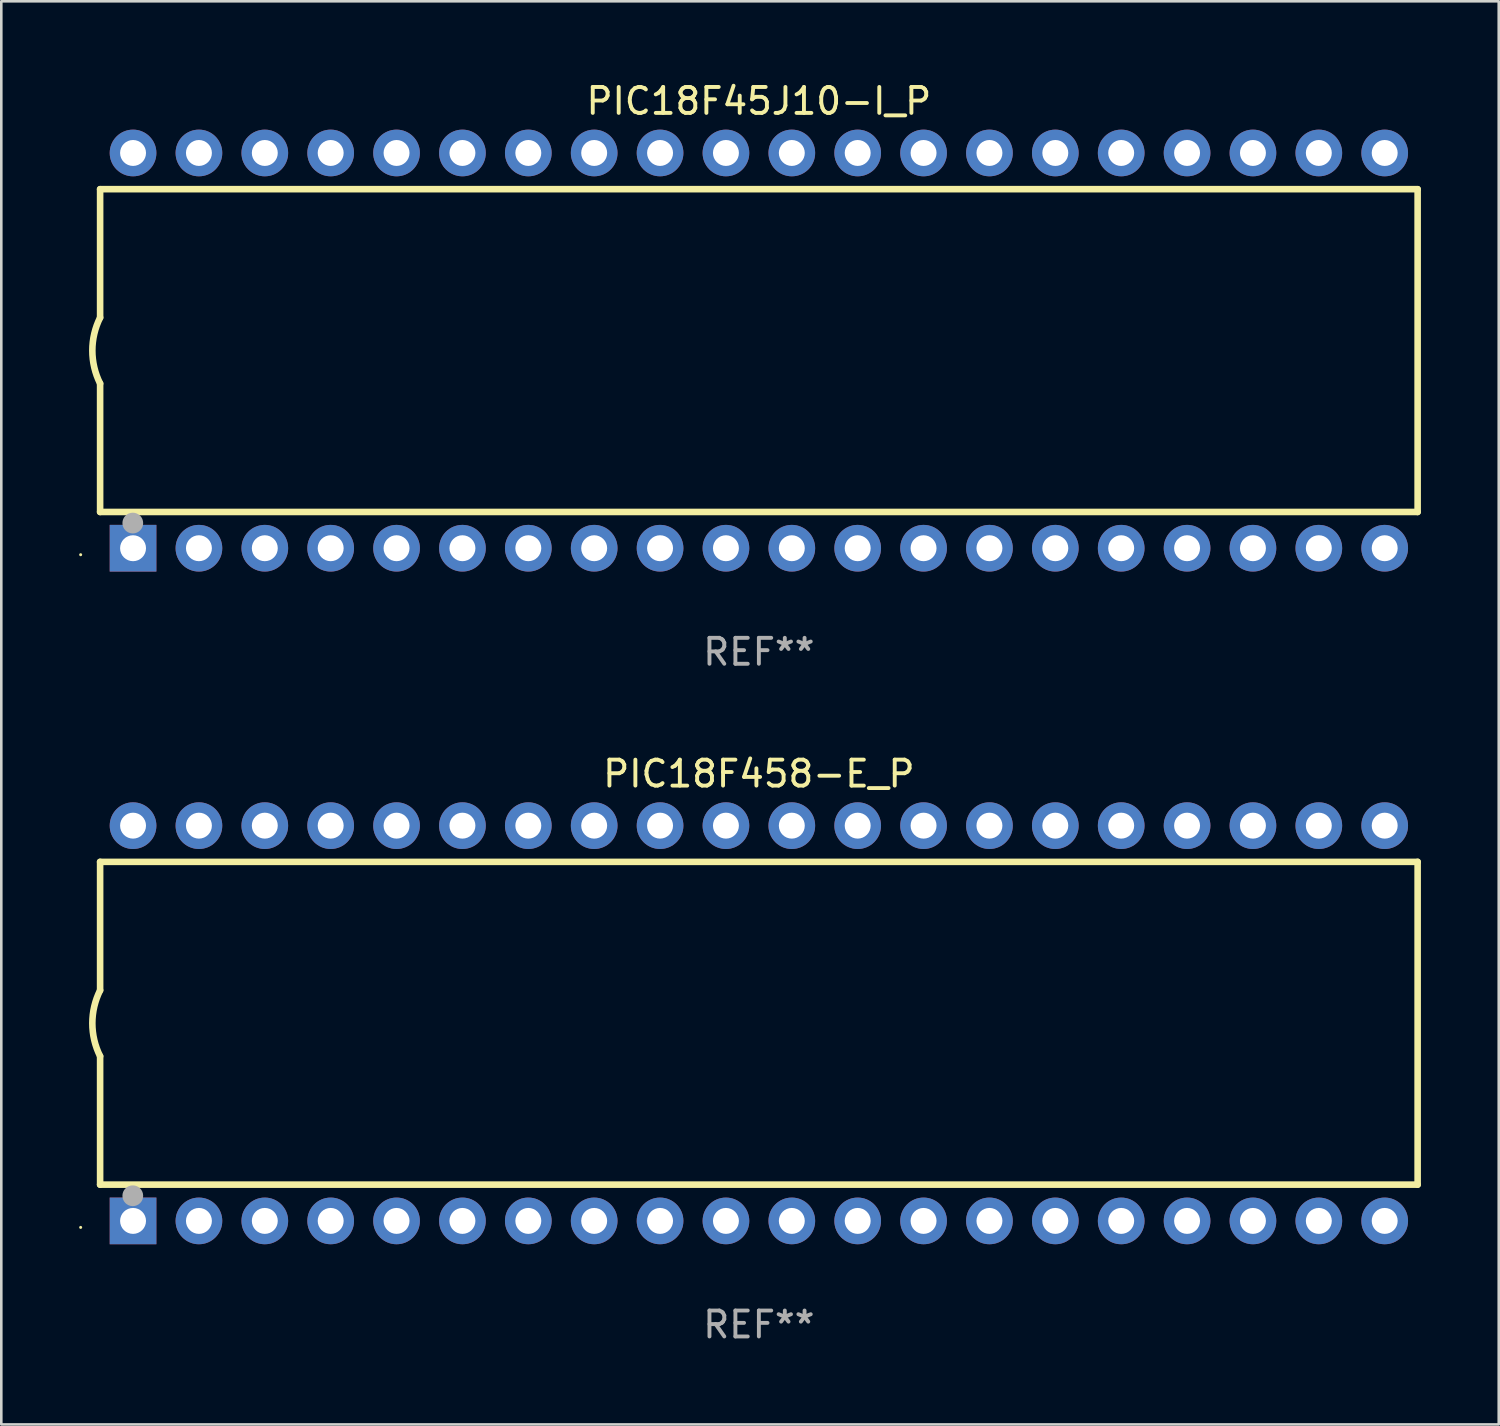
<source format=kicad_pcb>
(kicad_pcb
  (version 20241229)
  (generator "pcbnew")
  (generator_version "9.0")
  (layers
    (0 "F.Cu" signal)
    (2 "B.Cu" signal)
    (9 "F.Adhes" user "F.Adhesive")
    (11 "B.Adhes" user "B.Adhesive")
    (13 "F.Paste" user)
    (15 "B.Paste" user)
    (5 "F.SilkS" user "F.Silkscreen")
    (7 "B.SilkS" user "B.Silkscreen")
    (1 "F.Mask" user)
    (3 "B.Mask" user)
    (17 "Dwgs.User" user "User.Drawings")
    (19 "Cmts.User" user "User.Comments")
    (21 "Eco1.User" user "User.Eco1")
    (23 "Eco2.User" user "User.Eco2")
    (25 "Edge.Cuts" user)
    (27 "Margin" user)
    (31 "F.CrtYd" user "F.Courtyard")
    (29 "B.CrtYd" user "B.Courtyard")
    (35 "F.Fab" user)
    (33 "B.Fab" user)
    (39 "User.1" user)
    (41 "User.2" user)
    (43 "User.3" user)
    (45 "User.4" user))
  (footprint "PIC18F45J10-I_P"
    (layer "F.Cu")
    (at 26.21 10.468)
    (property "Reference" "PIC18F45J10-I_P" (at 0 -9.62 0) (layer "F.SilkS") (effects (font (size 1 1) (thickness 0.15))))
    (attr through_hole)
    (fp_line (start -25.4 -6.224) (end -25.4 -1.271) (stroke (width 0.254) (type solid)) (layer "F.SilkS"))
    (fp_line (start -25.4 -6.224) (end 25.4 -6.224) (stroke (width 0.254) (type solid)) (layer "F.SilkS"))
    (fp_line (start -25.4 1.269) (end -25.4 6.222) (stroke (width 0.254) (type solid)) (layer "F.SilkS"))
    (fp_line (start -25.4 6.222) (end 25.4 6.222) (stroke (width 0.254) (type solid)) (layer "F.SilkS"))
    (fp_line (start 25.4 6.222) (end 25.4 -6.224) (stroke (width 0.254) (type solid)) (layer "F.SilkS"))
    (fp_arc (start -25.4 1.269241) (mid -25.699807 -0.000762) (end -25.4 -1.270765) (stroke (width 0.254001) (type solid)) (layer "F.SilkS"))
    (fp_circle (center -26.15 7.87) (end -26.12 7.87) (stroke (width 0.06) (type solid)) (fill no) (layer "F.SilkS"))
    (fp_circle (center -24.14 6.65) (end -23.94 6.65) (stroke (width 0.4) (type solid)) (fill no) (layer "F.Fab"))
    (fp_text user "REF**" (at 0 11.62 0) (layer "F.Fab") (effects (font (size 1 1) (thickness 0.15))))
    (pad "1" thru_hole rect (at -24.13 7.62 90) (size 1.8 1.8) (drill 1) (layers "*.Cu" "*.Mask"))
    (pad "2" thru_hole circle (at -21.59 7.62) (size 1.8 1.8) (drill 1) (layers "*.Cu" "*.Mask"))
    (pad "3" thru_hole circle (at -19.05 7.62) (size 1.8 1.8) (drill 1) (layers "*.Cu" "*.Mask"))
    (pad "4" thru_hole circle (at -16.51 7.62) (size 1.8 1.8) (drill 1) (layers "*.Cu" "*.Mask"))
    (pad "5" thru_hole circle (at -13.97 7.62) (size 1.8 1.8) (drill 1) (layers "*.Cu" "*.Mask"))
    (pad "6" thru_hole circle (at -11.43 7.62) (size 1.8 1.8) (drill 1) (layers "*.Cu" "*.Mask"))
    (pad "7" thru_hole circle (at -8.89 7.62) (size 1.8 1.8) (drill 1) (layers "*.Cu" "*.Mask"))
    (pad "8" thru_hole circle (at -6.35 7.62) (size 1.8 1.8) (drill 1) (layers "*.Cu" "*.Mask"))
    (pad "9" thru_hole circle (at -3.81 7.62) (size 1.8 1.8) (drill 1) (layers "*.Cu" "*.Mask"))
    (pad "10" thru_hole circle (at -1.27 7.62) (size 1.8 1.8) (drill 1) (layers "*.Cu" "*.Mask"))
    (pad "11" thru_hole circle (at 1.27 7.62) (size 1.8 1.8) (drill 1) (layers "*.Cu" "*.Mask"))
    (pad "12" thru_hole circle (at 3.81 7.62) (size 1.8 1.8) (drill 1) (layers "*.Cu" "*.Mask"))
    (pad "13" thru_hole circle (at 6.35 7.62) (size 1.8 1.8) (drill 1) (layers "*.Cu" "*.Mask"))
    (pad "14" thru_hole circle (at 8.89 7.62) (size 1.8 1.8) (drill 1) (layers "*.Cu" "*.Mask"))
    (pad "15" thru_hole circle (at 11.43 7.62) (size 1.8 1.8) (drill 1) (layers "*.Cu" "*.Mask"))
    (pad "16" thru_hole circle (at 13.97 7.62) (size 1.8 1.8) (drill 1) (layers "*.Cu" "*.Mask"))
    (pad "17" thru_hole circle (at 16.51 7.62) (size 1.8 1.8) (drill 1) (layers "*.Cu" "*.Mask"))
    (pad "18" thru_hole circle (at 19.05 7.62) (size 1.8 1.8) (drill 1) (layers "*.Cu" "*.Mask"))
    (pad "19" thru_hole circle (at 21.59 7.62) (size 1.8 1.8) (drill 1) (layers "*.Cu" "*.Mask"))
    (pad "20" thru_hole circle (at 24.13 7.62) (size 1.8 1.8) (drill 1) (layers "*.Cu" "*.Mask"))
    (pad "21" thru_hole circle (at 24.13 -7.62) (size 1.8 1.8) (drill 1) (layers "*.Cu" "*.Mask"))
    (pad "22" thru_hole circle (at 21.59 -7.62) (size 1.8 1.8) (drill 1) (layers "*.Cu" "*.Mask"))
    (pad "23" thru_hole circle (at 19.05 -7.62) (size 1.8 1.8) (drill 1) (layers "*.Cu" "*.Mask"))
    (pad "24" thru_hole circle (at 16.51 -7.62) (size 1.8 1.8) (drill 1) (layers "*.Cu" "*.Mask"))
    (pad "25" thru_hole circle (at 13.97 -7.62) (size 1.8 1.8) (drill 1) (layers "*.Cu" "*.Mask"))
    (pad "26" thru_hole circle (at 11.43 -7.62) (size 1.8 1.8) (drill 1) (layers "*.Cu" "*.Mask"))
    (pad "27" thru_hole circle (at 8.89 -7.62) (size 1.8 1.8) (drill 1) (layers "*.Cu" "*.Mask"))
    (pad "28" thru_hole circle (at 6.35 -7.62) (size 1.8 1.8) (drill 1) (layers "*.Cu" "*.Mask"))
    (pad "29" thru_hole circle (at 3.81 -7.62) (size 1.8 1.8) (drill 1) (layers "*.Cu" "*.Mask"))
    (pad "30" thru_hole circle (at 1.27 -7.62) (size 1.8 1.8) (drill 1) (layers "*.Cu" "*.Mask"))
    (pad "31" thru_hole circle (at -1.27 -7.62) (size 1.8 1.8) (drill 1) (layers "*.Cu" "*.Mask"))
    (pad "32" thru_hole circle (at -3.81 -7.62) (size 1.8 1.8) (drill 1) (layers "*.Cu" "*.Mask"))
    (pad "33" thru_hole circle (at -6.35 -7.62) (size 1.8 1.8) (drill 1) (layers "*.Cu" "*.Mask"))
    (pad "34" thru_hole circle (at -8.89 -7.62) (size 1.8 1.8) (drill 1) (layers "*.Cu" "*.Mask"))
    (pad "35" thru_hole circle (at -11.43 -7.62) (size 1.8 1.8) (drill 1) (layers "*.Cu" "*.Mask"))
    (pad "36" thru_hole circle (at -13.97 -7.62) (size 1.8 1.8) (drill 1) (layers "*.Cu" "*.Mask"))
    (pad "37" thru_hole circle (at -16.51 -7.62) (size 1.8 1.8) (drill 1) (layers "*.Cu" "*.Mask"))
    (pad "38" thru_hole circle (at -19.05 -7.62) (size 1.8 1.8) (drill 1) (layers "*.Cu" "*.Mask"))
    (pad "39" thru_hole circle (at -21.59 -7.62) (size 1.8 1.8) (drill 1) (layers "*.Cu" "*.Mask"))
    (pad "40" thru_hole circle (at -24.13 -7.62) (size 1.8 1.8) (drill 1) (layers "*.Cu" "*.Mask")))
  (footprint "PIC18F458-E_P"
    (layer "F.Cu")
    (at 26.21 36.405)
    (property "Reference" "PIC18F458-E_P" (at 0 -9.62 0) (layer "F.SilkS") (effects (font (size 1 1) (thickness 0.15))))
    (attr through_hole)
    (fp_line (start -25.4 -6.224) (end -25.4 -1.271) (stroke (width 0.254) (type solid)) (layer "F.SilkS"))
    (fp_line (start -25.4 -6.224) (end 25.4 -6.224) (stroke (width 0.254) (type solid)) (layer "F.SilkS"))
    (fp_line (start -25.4 1.269) (end -25.4 6.222) (stroke (width 0.254) (type solid)) (layer "F.SilkS"))
    (fp_line (start -25.4 6.222) (end 25.4 6.222) (stroke (width 0.254) (type solid)) (layer "F.SilkS"))
    (fp_line (start 25.4 6.222) (end 25.4 -6.224) (stroke (width 0.254) (type solid)) (layer "F.SilkS"))
    (fp_arc (start -25.4 1.269241) (mid -25.699807 -0.000762) (end -25.4 -1.270765) (stroke (width 0.254001) (type solid)) (layer "F.SilkS"))
    (fp_circle (center -26.15 7.87) (end -26.12 7.87) (stroke (width 0.06) (type solid)) (fill no) (layer "F.SilkS"))
    (fp_circle (center -24.14 6.65) (end -23.94 6.65) (stroke (width 0.4) (type solid)) (fill no) (layer "F.Fab"))
    (fp_text user "REF**" (at 0 11.62 0) (layer "F.Fab") (effects (font (size 1 1) (thickness 0.15))))
    (pad "1" thru_hole rect (at -24.13 7.62 90) (size 1.8 1.8) (drill 1) (layers "*.Cu" "*.Mask"))
    (pad "2" thru_hole circle (at -21.59 7.62) (size 1.8 1.8) (drill 1) (layers "*.Cu" "*.Mask"))
    (pad "3" thru_hole circle (at -19.05 7.62) (size 1.8 1.8) (drill 1) (layers "*.Cu" "*.Mask"))
    (pad "4" thru_hole circle (at -16.51 7.62) (size 1.8 1.8) (drill 1) (layers "*.Cu" "*.Mask"))
    (pad "5" thru_hole circle (at -13.97 7.62) (size 1.8 1.8) (drill 1) (layers "*.Cu" "*.Mask"))
    (pad "6" thru_hole circle (at -11.43 7.62) (size 1.8 1.8) (drill 1) (layers "*.Cu" "*.Mask"))
    (pad "7" thru_hole circle (at -8.89 7.62) (size 1.8 1.8) (drill 1) (layers "*.Cu" "*.Mask"))
    (pad "8" thru_hole circle (at -6.35 7.62) (size 1.8 1.8) (drill 1) (layers "*.Cu" "*.Mask"))
    (pad "9" thru_hole circle (at -3.81 7.62) (size 1.8 1.8) (drill 1) (layers "*.Cu" "*.Mask"))
    (pad "10" thru_hole circle (at -1.27 7.62) (size 1.8 1.8) (drill 1) (layers "*.Cu" "*.Mask"))
    (pad "11" thru_hole circle (at 1.27 7.62) (size 1.8 1.8) (drill 1) (layers "*.Cu" "*.Mask"))
    (pad "12" thru_hole circle (at 3.81 7.62) (size 1.8 1.8) (drill 1) (layers "*.Cu" "*.Mask"))
    (pad "13" thru_hole circle (at 6.35 7.62) (size 1.8 1.8) (drill 1) (layers "*.Cu" "*.Mask"))
    (pad "14" thru_hole circle (at 8.89 7.62) (size 1.8 1.8) (drill 1) (layers "*.Cu" "*.Mask"))
    (pad "15" thru_hole circle (at 11.43 7.62) (size 1.8 1.8) (drill 1) (layers "*.Cu" "*.Mask"))
    (pad "16" thru_hole circle (at 13.97 7.62) (size 1.8 1.8) (drill 1) (layers "*.Cu" "*.Mask"))
    (pad "17" thru_hole circle (at 16.51 7.62) (size 1.8 1.8) (drill 1) (layers "*.Cu" "*.Mask"))
    (pad "18" thru_hole circle (at 19.05 7.62) (size 1.8 1.8) (drill 1) (layers "*.Cu" "*.Mask"))
    (pad "19" thru_hole circle (at 21.59 7.62) (size 1.8 1.8) (drill 1) (layers "*.Cu" "*.Mask"))
    (pad "20" thru_hole circle (at 24.13 7.62) (size 1.8 1.8) (drill 1) (layers "*.Cu" "*.Mask"))
    (pad "21" thru_hole circle (at 24.13 -7.62) (size 1.8 1.8) (drill 1) (layers "*.Cu" "*.Mask"))
    (pad "22" thru_hole circle (at 21.59 -7.62) (size 1.8 1.8) (drill 1) (layers "*.Cu" "*.Mask"))
    (pad "23" thru_hole circle (at 19.05 -7.62) (size 1.8 1.8) (drill 1) (layers "*.Cu" "*.Mask"))
    (pad "24" thru_hole circle (at 16.51 -7.62) (size 1.8 1.8) (drill 1) (layers "*.Cu" "*.Mask"))
    (pad "25" thru_hole circle (at 13.97 -7.62) (size 1.8 1.8) (drill 1) (layers "*.Cu" "*.Mask"))
    (pad "26" thru_hole circle (at 11.43 -7.62) (size 1.8 1.8) (drill 1) (layers "*.Cu" "*.Mask"))
    (pad "27" thru_hole circle (at 8.89 -7.62) (size 1.8 1.8) (drill 1) (layers "*.Cu" "*.Mask"))
    (pad "28" thru_hole circle (at 6.35 -7.62) (size 1.8 1.8) (drill 1) (layers "*.Cu" "*.Mask"))
    (pad "29" thru_hole circle (at 3.81 -7.62) (size 1.8 1.8) (drill 1) (layers "*.Cu" "*.Mask"))
    (pad "30" thru_hole circle (at 1.27 -7.62) (size 1.8 1.8) (drill 1) (layers "*.Cu" "*.Mask"))
    (pad "31" thru_hole circle (at -1.27 -7.62) (size 1.8 1.8) (drill 1) (layers "*.Cu" "*.Mask"))
    (pad "32" thru_hole circle (at -3.81 -7.62) (size 1.8 1.8) (drill 1) (layers "*.Cu" "*.Mask"))
    (pad "33" thru_hole circle (at -6.35 -7.62) (size 1.8 1.8) (drill 1) (layers "*.Cu" "*.Mask"))
    (pad "34" thru_hole circle (at -8.89 -7.62) (size 1.8 1.8) (drill 1) (layers "*.Cu" "*.Mask"))
    (pad "35" thru_hole circle (at -11.43 -7.62) (size 1.8 1.8) (drill 1) (layers "*.Cu" "*.Mask"))
    (pad "36" thru_hole circle (at -13.97 -7.62) (size 1.8 1.8) (drill 1) (layers "*.Cu" "*.Mask"))
    (pad "37" thru_hole circle (at -16.51 -7.62) (size 1.8 1.8) (drill 1) (layers "*.Cu" "*.Mask"))
    (pad "38" thru_hole circle (at -19.05 -7.62) (size 1.8 1.8) (drill 1) (layers "*.Cu" "*.Mask"))
    (pad "39" thru_hole circle (at -21.59 -7.62) (size 1.8 1.8) (drill 1) (layers "*.Cu" "*.Mask"))
    (pad "40" thru_hole circle (at -24.13 -7.62) (size 1.8 1.8) (drill 1) (layers "*.Cu" "*.Mask")))
  (gr_rect
    (start -3 -3)
    (end 54.737 51.873)
    (stroke (width 0.1) (type default))
    (fill no)
    (layer "Edge.Cuts")))
</source>
